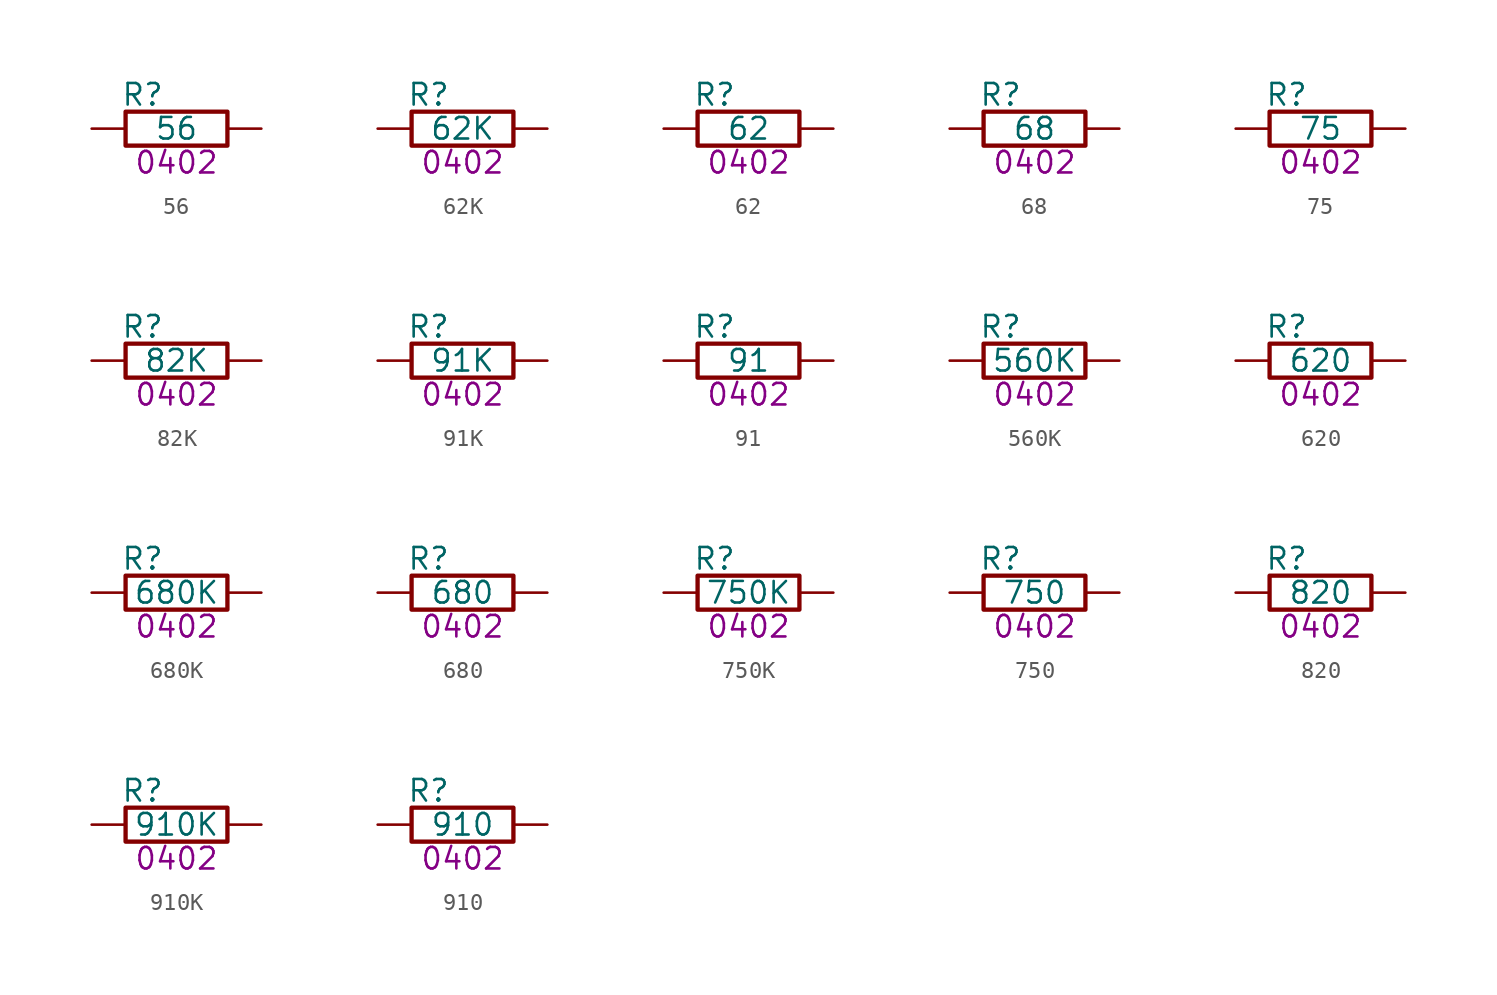
<source format=kicad_sym>
(kicad_symbol_lib
  (version 20211014)
  (generator kicad_symbol_editor)
  (symbol "56"
    (pin_numbers hide)
    (pin_names hide)
    (property "Reference" "R"
      (at -2 1 0)
      (effects (font (size 1.27 1.27))))
    (property "Value" "56"
      (at 0 -1 0)
      (effects (font (size 1.27 1.27))))
    (property "Size" "0402"
      (at 0 -3 0)
      (effects (font (size 1.27 1.27))))
    (symbol "56_0_1"
      (rectangle (start -3 0) (end 3 -2) (stroke (width 0.254) (type default) (color 0 0 0 0)) (fill (type none))))
    (symbol "56_1_1"
      (pin passive line (at -5 -1 0) (length 2) (name "~" (effects (font (size 1.27 1.27)))) (number "1" (effects (font (size 1.27 1.27)))))
      (pin passive line (at 5 -1 180) (length 2) (name "~" (effects (font (size 1.27 1.27)))) (number "2" (effects (font (size 1.27 1.27)))))))
  (symbol "62K"
    (pin_numbers hide)
    (pin_names hide)
    (property "Reference" "R"
      (at -2 1 0)
      (effects (font (size 1.27 1.27))))
    (property "Value" "62K"
      (at 0 -1 0)
      (effects (font (size 1.27 1.27))))
    (property "Size" "0402"
      (at 0 -3 0)
      (effects (font (size 1.27 1.27))))
    (symbol "62K_0_1"
      (rectangle (start -3 0) (end 3 -2) (stroke (width 0.254) (type default) (color 0 0 0 0)) (fill (type none))))
    (symbol "62K_1_1"
      (pin passive line (at -5 -1 0) (length 2) (name "~" (effects (font (size 1.27 1.27)))) (number "1" (effects (font (size 1.27 1.27)))))
      (pin passive line (at 5 -1 180) (length 2) (name "~" (effects (font (size 1.27 1.27)))) (number "2" (effects (font (size 1.27 1.27)))))))
  (symbol "62"
    (pin_numbers hide)
    (pin_names hide)
    (property "Reference" "R"
      (at -2 1 0)
      (effects (font (size 1.27 1.27))))
    (property "Value" "62"
      (at 0 -1 0)
      (effects (font (size 1.27 1.27))))
    (property "Size" "0402"
      (at 0 -3 0)
      (effects (font (size 1.27 1.27))))
    (symbol "62_0_1"
      (rectangle (start -3 0) (end 3 -2) (stroke (width 0.254) (type default) (color 0 0 0 0)) (fill (type none))))
    (symbol "62_1_1"
      (pin passive line (at -5 -1 0) (length 2) (name "~" (effects (font (size 1.27 1.27)))) (number "1" (effects (font (size 1.27 1.27)))))
      (pin passive line (at 5 -1 180) (length 2) (name "~" (effects (font (size 1.27 1.27)))) (number "2" (effects (font (size 1.27 1.27)))))))
  (symbol "68"
    (pin_numbers hide)
    (pin_names hide)
    (property "Reference" "R"
      (at -2 1 0)
      (effects (font (size 1.27 1.27))))
    (property "Value" "68"
      (at 0 -1 0)
      (effects (font (size 1.27 1.27))))
    (property "Size" "0402"
      (at 0 -3 0)
      (effects (font (size 1.27 1.27))))
    (symbol "68_0_1"
      (rectangle (start -3 0) (end 3 -2) (stroke (width 0.254) (type default) (color 0 0 0 0)) (fill (type none))))
    (symbol "68_1_1"
      (pin passive line (at -5 -1 0) (length 2) (name "~" (effects (font (size 1.27 1.27)))) (number "1" (effects (font (size 1.27 1.27)))))
      (pin passive line (at 5 -1 180) (length 2) (name "~" (effects (font (size 1.27 1.27)))) (number "2" (effects (font (size 1.27 1.27)))))))
  (symbol "75"
    (pin_numbers hide)
    (pin_names hide)
    (property "Reference" "R"
      (at -2 1 0)
      (effects (font (size 1.27 1.27))))
    (property "Value" "75"
      (at 0 -1 0)
      (effects (font (size 1.27 1.27))))
    (property "Size" "0402"
      (at 0 -3 0)
      (effects (font (size 1.27 1.27))))
    (symbol "75_0_1"
      (rectangle (start -3 0) (end 3 -2) (stroke (width 0.254) (type default) (color 0 0 0 0)) (fill (type none))))
    (symbol "75_1_1"
      (pin passive line (at -5 -1 0) (length 2) (name "~" (effects (font (size 1.27 1.27)))) (number "1" (effects (font (size 1.27 1.27)))))
      (pin passive line (at 5 -1 180) (length 2) (name "~" (effects (font (size 1.27 1.27)))) (number "2" (effects (font (size 1.27 1.27)))))))
  (symbol "82K"
    (pin_numbers hide)
    (pin_names hide)
    (property "Reference" "R"
      (at -2 1 0)
      (effects (font (size 1.27 1.27))))
    (property "Value" "82K"
      (at 0 -1 0)
      (effects (font (size 1.27 1.27))))
    (property "Size" "0402"
      (at 0 -3 0)
      (effects (font (size 1.27 1.27))))
    (symbol "82K_0_1"
      (rectangle (start -3 0) (end 3 -2) (stroke (width 0.254) (type default) (color 0 0 0 0)) (fill (type none))))
    (symbol "82K_1_1"
      (pin passive line (at -5 -1 0) (length 2) (name "~" (effects (font (size 1.27 1.27)))) (number "1" (effects (font (size 1.27 1.27)))))
      (pin passive line (at 5 -1 180) (length 2) (name "~" (effects (font (size 1.27 1.27)))) (number "2" (effects (font (size 1.27 1.27)))))))
  (symbol "91K"
    (pin_numbers hide)
    (pin_names hide)
    (property "Reference" "R"
      (at -2 1 0)
      (effects (font (size 1.27 1.27))))
    (property "Value" "91K"
      (at 0 -1 0)
      (effects (font (size 1.27 1.27))))
    (property "Size" "0402"
      (at 0 -3 0)
      (effects (font (size 1.27 1.27))))
    (symbol "91K_0_1"
      (rectangle (start -3 0) (end 3 -2) (stroke (width 0.254) (type default) (color 0 0 0 0)) (fill (type none))))
    (symbol "91K_1_1"
      (pin passive line (at -5 -1 0) (length 2) (name "~" (effects (font (size 1.27 1.27)))) (number "1" (effects (font (size 1.27 1.27)))))
      (pin passive line (at 5 -1 180) (length 2) (name "~" (effects (font (size 1.27 1.27)))) (number "2" (effects (font (size 1.27 1.27)))))))
  (symbol "91"
    (pin_numbers hide)
    (pin_names hide)
    (property "Reference" "R"
      (at -2 1 0)
      (effects (font (size 1.27 1.27))))
    (property "Value" "91"
      (at 0 -1 0)
      (effects (font (size 1.27 1.27))))
    (property "Size" "0402"
      (at 0 -3 0)
      (effects (font (size 1.27 1.27))))
    (symbol "91_0_1"
      (rectangle (start -3 0) (end 3 -2) (stroke (width 0.254) (type default) (color 0 0 0 0)) (fill (type none))))
    (symbol "91_1_1"
      (pin passive line (at -5 -1 0) (length 2) (name "~" (effects (font (size 1.27 1.27)))) (number "1" (effects (font (size 1.27 1.27)))))
      (pin passive line (at 5 -1 180) (length 2) (name "~" (effects (font (size 1.27 1.27)))) (number "2" (effects (font (size 1.27 1.27)))))))
  (symbol "560K"
    (pin_numbers hide)
    (pin_names hide)
    (property "Reference" "R"
      (at -2 1 0)
      (effects (font (size 1.27 1.27))))
    (property "Value" "560K"
      (at 0 -1 0)
      (effects (font (size 1.27 1.27))))
    (property "Size" "0402"
      (at 0 -3 0)
      (effects (font (size 1.27 1.27))))
    (symbol "560K_0_1"
      (rectangle (start -3 0) (end 3 -2) (stroke (width 0.254) (type default) (color 0 0 0 0)) (fill (type none))))
    (symbol "560K_1_1"
      (pin passive line (at -5 -1 0) (length 2) (name "~" (effects (font (size 1.27 1.27)))) (number "1" (effects (font (size 1.27 1.27)))))
      (pin passive line (at 5 -1 180) (length 2) (name "~" (effects (font (size 1.27 1.27)))) (number "2" (effects (font (size 1.27 1.27)))))))
  (symbol "620"
    (pin_numbers hide)
    (pin_names hide)
    (property "Reference" "R"
      (at -2 1 0)
      (effects (font (size 1.27 1.27))))
    (property "Value" "620"
      (at 0 -1 0)
      (effects (font (size 1.27 1.27))))
    (property "Size" "0402"
      (at 0 -3 0)
      (effects (font (size 1.27 1.27))))
    (symbol "620_0_1"
      (rectangle (start -3 0) (end 3 -2) (stroke (width 0.254) (type default) (color 0 0 0 0)) (fill (type none))))
    (symbol "620_1_1"
      (pin passive line (at -5 -1 0) (length 2) (name "~" (effects (font (size 1.27 1.27)))) (number "1" (effects (font (size 1.27 1.27)))))
      (pin passive line (at 5 -1 180) (length 2) (name "~" (effects (font (size 1.27 1.27)))) (number "2" (effects (font (size 1.27 1.27)))))))
  (symbol "680K"
    (pin_numbers hide)
    (pin_names hide)
    (property "Reference" "R"
      (at -2 1 0)
      (effects (font (size 1.27 1.27))))
    (property "Value" "680K"
      (at 0 -1 0)
      (effects (font (size 1.27 1.27))))
    (property "Size" "0402"
      (at 0 -3 0)
      (effects (font (size 1.27 1.27))))
    (symbol "680K_0_1"
      (rectangle (start -3 0) (end 3 -2) (stroke (width 0.254) (type default) (color 0 0 0 0)) (fill (type none))))
    (symbol "680K_1_1"
      (pin passive line (at -5 -1 0) (length 2) (name "~" (effects (font (size 1.27 1.27)))) (number "1" (effects (font (size 1.27 1.27)))))
      (pin passive line (at 5 -1 180) (length 2) (name "~" (effects (font (size 1.27 1.27)))) (number "2" (effects (font (size 1.27 1.27)))))))
  (symbol "680"
    (pin_numbers hide)
    (pin_names hide)
    (property "Reference" "R"
      (at -2 1 0)
      (effects (font (size 1.27 1.27))))
    (property "Value" "680"
      (at 0 -1 0)
      (effects (font (size 1.27 1.27))))
    (property "Size" "0402"
      (at 0 -3 0)
      (effects (font (size 1.27 1.27))))
    (symbol "680_0_1"
      (rectangle (start -3 0) (end 3 -2) (stroke (width 0.254) (type default) (color 0 0 0 0)) (fill (type none))))
    (symbol "680_1_1"
      (pin passive line (at -5 -1 0) (length 2) (name "~" (effects (font (size 1.27 1.27)))) (number "1" (effects (font (size 1.27 1.27)))))
      (pin passive line (at 5 -1 180) (length 2) (name "~" (effects (font (size 1.27 1.27)))) (number "2" (effects (font (size 1.27 1.27)))))))
  (symbol "750K"
    (pin_numbers hide)
    (pin_names hide)
    (property "Reference" "R"
      (at -2 1 0)
      (effects (font (size 1.27 1.27))))
    (property "Value" "750K"
      (at 0 -1 0)
      (effects (font (size 1.27 1.27))))
    (property "Size" "0402"
      (at 0 -3 0)
      (effects (font (size 1.27 1.27))))
    (symbol "750K_0_1"
      (rectangle (start -3 0) (end 3 -2) (stroke (width 0.254) (type default) (color 0 0 0 0)) (fill (type none))))
    (symbol "750K_1_1"
      (pin passive line (at -5 -1 0) (length 2) (name "~" (effects (font (size 1.27 1.27)))) (number "1" (effects (font (size 1.27 1.27)))))
      (pin passive line (at 5 -1 180) (length 2) (name "~" (effects (font (size 1.27 1.27)))) (number "2" (effects (font (size 1.27 1.27)))))))
  (symbol "750"
    (pin_numbers hide)
    (pin_names hide)
    (property "Reference" "R"
      (at -2 1 0)
      (effects (font (size 1.27 1.27))))
    (property "Value" "750"
      (at 0 -1 0)
      (effects (font (size 1.27 1.27))))
    (property "Size" "0402"
      (at 0 -3 0)
      (effects (font (size 1.27 1.27))))
    (symbol "750_0_1"
      (rectangle (start -3 0) (end 3 -2) (stroke (width 0.254) (type default) (color 0 0 0 0)) (fill (type none))))
    (symbol "750_1_1"
      (pin passive line (at -5 -1 0) (length 2) (name "~" (effects (font (size 1.27 1.27)))) (number "1" (effects (font (size 1.27 1.27)))))
      (pin passive line (at 5 -1 180) (length 2) (name "~" (effects (font (size 1.27 1.27)))) (number "2" (effects (font (size 1.27 1.27)))))))
  (symbol "820"
    (pin_numbers hide)
    (pin_names hide)
    (property "Reference" "R"
      (at -2 1 0)
      (effects (font (size 1.27 1.27))))
    (property "Value" "820"
      (at 0 -1 0)
      (effects (font (size 1.27 1.27))))
    (property "Size" "0402"
      (at 0 -3 0)
      (effects (font (size 1.27 1.27))))
    (symbol "820_0_1"
      (rectangle (start -3 0) (end 3 -2) (stroke (width 0.254) (type default) (color 0 0 0 0)) (fill (type none))))
    (symbol "820_1_1"
      (pin passive line (at -5 -1 0) (length 2) (name "~" (effects (font (size 1.27 1.27)))) (number "1" (effects (font (size 1.27 1.27)))))
      (pin passive line (at 5 -1 180) (length 2) (name "~" (effects (font (size 1.27 1.27)))) (number "2" (effects (font (size 1.27 1.27)))))))
  (symbol "910K"
    (pin_numbers hide)
    (pin_names hide)
    (property "Reference" "R"
      (at -2 1 0)
      (effects (font (size 1.27 1.27))))
    (property "Value" "910K"
      (at 0 -1 0)
      (effects (font (size 1.27 1.27))))
    (property "Size" "0402"
      (at 0 -3 0)
      (effects (font (size 1.27 1.27))))
    (symbol "910K_0_1"
      (rectangle (start -3 0) (end 3 -2) (stroke (width 0.254) (type default) (color 0 0 0 0)) (fill (type none))))
    (symbol "910K_1_1"
      (pin passive line (at -5 -1 0) (length 2) (name "~" (effects (font (size 1.27 1.27)))) (number "1" (effects (font (size 1.27 1.27)))))
      (pin passive line (at 5 -1 180) (length 2) (name "~" (effects (font (size 1.27 1.27)))) (number "2" (effects (font (size 1.27 1.27)))))))
  (symbol "910"
    (pin_numbers hide)
    (pin_names hide)
    (property "Reference" "R"
      (at -2 1 0)
      (effects (font (size 1.27 1.27))))
    (property "Value" "910"
      (at 0 -1 0)
      (effects (font (size 1.27 1.27))))
    (property "Size" "0402"
      (at 0 -3 0)
      (effects (font (size 1.27 1.27))))
    (symbol "910_0_1"
      (rectangle (start -3 0) (end 3 -2) (stroke (width 0.254) (type default) (color 0 0 0 0)) (fill (type none))))
    (symbol "910_1_1"
      (pin passive line (at -5 -1 0) (length 2) (name "~" (effects (font (size 1.27 1.27)))) (number "1" (effects (font (size 1.27 1.27)))))
      (pin passive line (at 5 -1 180) (length 2) (name "~" (effects (font (size 1.27 1.27)))) (number "2" (effects (font (size 1.27 1.27))))))))
</source>
